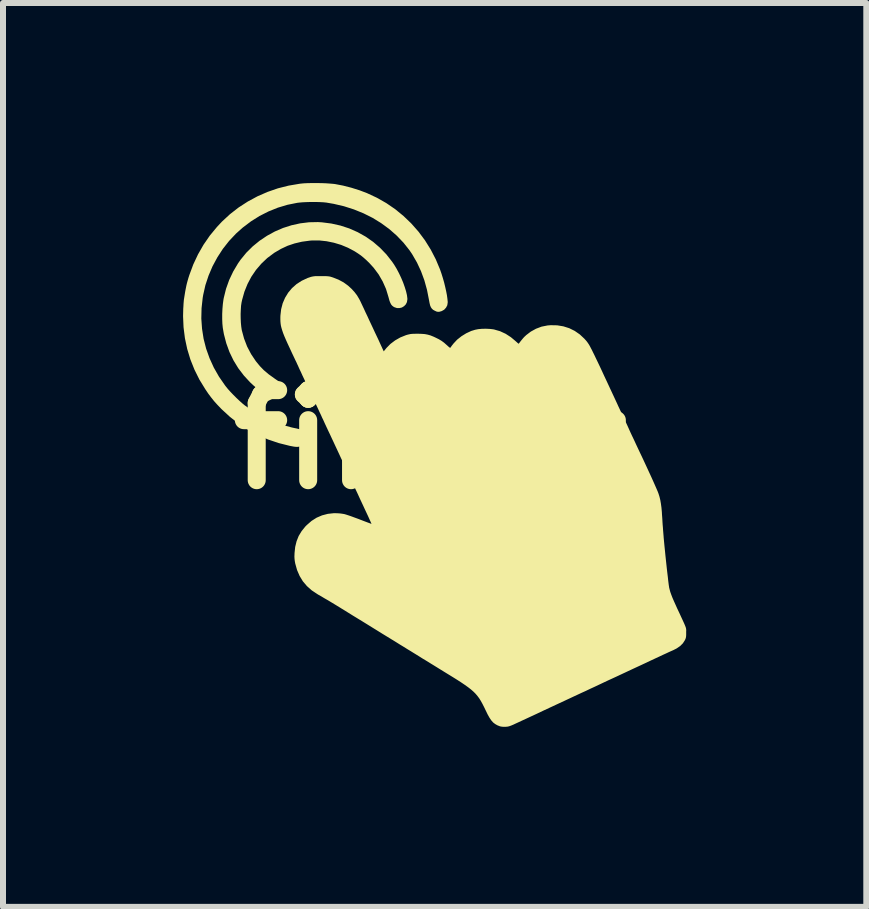
<source format=kicad_pcb>
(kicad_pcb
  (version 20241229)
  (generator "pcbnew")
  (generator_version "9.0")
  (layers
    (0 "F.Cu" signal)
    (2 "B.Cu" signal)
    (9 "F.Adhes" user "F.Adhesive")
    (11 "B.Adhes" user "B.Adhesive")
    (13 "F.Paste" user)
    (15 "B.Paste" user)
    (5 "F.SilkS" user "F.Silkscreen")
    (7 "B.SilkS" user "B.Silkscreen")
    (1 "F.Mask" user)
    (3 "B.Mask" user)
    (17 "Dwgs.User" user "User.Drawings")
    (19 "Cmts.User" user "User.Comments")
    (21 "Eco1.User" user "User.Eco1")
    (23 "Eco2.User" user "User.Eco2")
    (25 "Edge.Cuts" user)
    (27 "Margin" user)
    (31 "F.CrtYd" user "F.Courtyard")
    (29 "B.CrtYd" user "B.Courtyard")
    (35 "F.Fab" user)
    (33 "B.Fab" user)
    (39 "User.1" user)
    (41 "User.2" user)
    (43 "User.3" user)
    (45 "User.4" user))
  (footprint "finger"
    (layer "F.Cu")
    (at 4.12 4.272)
    (property "Reference" "finger" (at 0 0 0) (layer "F.SilkS") (effects (font (size 1.5 1.5) (thickness 0.3))))
    (attr board_only exclude_from_pos_files exclude_from_bom)
    (fp_poly (pts (xy -1.807 -3.618) (xy -1.65 -3.598) (xy -1.498 -3.564) (xy -1.351 -3.516) (xy -1.211 -3.454) (xy -1.079 -3.38) (xy -0.954 -3.293) (xy -0.839 -3.194) (xy -0.733 -3.084) (xy -0.638 -2.963) (xy -0.603 -2.912) (xy -0.562 -2.844) (xy -0.523 -2.77) (xy -0.487 -2.694) (xy -0.454 -2.616) (xy -0.427 -2.54) (xy -0.405 -2.469) (xy -0.39 -2.405) (xy -0.383 -2.35) (xy -0.383 -2.334) (xy -0.39 -2.289) (xy -0.409 -2.251) (xy -0.438 -2.221) (xy -0.474 -2.199) (xy -0.515 -2.189) (xy -0.558 -2.19) (xy -0.6 -2.204) (xy -0.617 -2.214) (xy -0.637 -2.23) (xy -0.653 -2.249) (xy -0.667 -2.276) (xy -0.681 -2.311) (xy -0.694 -2.359) (xy -0.699 -2.377) (xy -0.739 -2.508) (xy -0.794 -2.632) (xy -0.862 -2.75) (xy -0.944 -2.86) (xy -1.014 -2.937) (xy -1.065 -2.987) (xy -1.111 -3.028) (xy -1.156 -3.065) (xy -1.205 -3.099) (xy -1.261 -3.135) (xy -1.265 -3.137) (xy -1.372 -3.194) (xy -1.487 -3.242) (xy -1.607 -3.278) (xy -1.729 -3.303) (xy -1.85 -3.316) (xy -1.968 -3.316) (xy -2.006 -3.313) (xy -2.14 -3.295) (xy -2.263 -3.266) (xy -2.379 -3.227) (xy -2.49 -3.175) (xy -2.599 -3.111) (xy -2.607 -3.105) (xy -2.717 -3.023) (xy -2.816 -2.929) (xy -2.905 -2.825) (xy -2.982 -2.712) (xy -3.046 -2.591) (xy -3.098 -2.462) (xy -3.136 -2.327) (xy -3.146 -2.281) (xy -3.154 -2.227) (xy -3.158 -2.162) (xy -3.161 -2.091) (xy -3.16 -2.018) (xy -3.157 -1.947) (xy -3.151 -1.882) (xy -3.143 -1.828) (xy -3.142 -1.822) (xy -3.104 -1.682) (xy -3.053 -1.549) (xy -2.987 -1.423) (xy -2.908 -1.305) (xy -2.841 -1.223) (xy -2.775 -1.155) (xy -2.696 -1.088) (xy -2.603 -1.021) (xy -2.582 -1.006) (xy -2.536 -0.975) (xy -2.502 -0.949) (xy -2.479 -0.926) (xy -2.463 -0.904) (xy -2.454 -0.881) (xy -2.449 -0.854) (xy -2.448 -0.846) (xy -2.447 -0.816) (xy -2.451 -0.793) (xy -2.462 -0.768) (xy -2.463 -0.766) (xy -2.49 -0.731) (xy -2.525 -0.704) (xy -2.565 -0.688) (xy -2.607 -0.683) (xy -2.642 -0.69) (xy -2.681 -0.708) (xy -2.728 -0.735) (xy -2.781 -0.77) (xy -2.836 -0.81) (xy -2.893 -0.855) (xy -2.948 -0.901) (xy -2.998 -0.948) (xy -2.999 -0.948) (xy -3.106 -1.064) (xy -3.2 -1.187) (xy -3.28 -1.318) (xy -3.347 -1.457) (xy -3.4 -1.603) (xy -3.44 -1.756) (xy -3.458 -1.859) (xy -3.465 -1.928) (xy -3.468 -2.006) (xy -3.468 -2.091) (xy -3.464 -2.176) (xy -3.457 -2.258) (xy -3.447 -2.331) (xy -3.442 -2.358) (xy -3.404 -2.511) (xy -3.351 -2.659) (xy -3.284 -2.8) (xy -3.205 -2.933) (xy -3.161 -2.996) (xy -3.066 -3.112) (xy -2.96 -3.217) (xy -2.845 -3.311) (xy -2.721 -3.394) (xy -2.591 -3.465) (xy -2.454 -3.524) (xy -2.313 -3.569) (xy -2.168 -3.601) (xy -2.021 -3.619) (xy -1.873 -3.622)) (stroke (width 0) (type solid)) (fill yes) (layer "F.SilkS"))
    (fp_poly (pts (xy -1.888 -4.272) (xy -1.81 -4.271) (xy -1.735 -4.268) (xy -1.666 -4.263) (xy -1.608 -4.258) (xy -1.586 -4.255) (xy -1.455 -4.23) (xy -1.318 -4.195) (xy -1.181 -4.152) (xy -1.057 -4.105) (xy -0.892 -4.028) (xy -0.735 -3.939) (xy -0.586 -3.837) (xy -0.447 -3.723) (xy -0.317 -3.598) (xy -0.198 -3.463) (xy -0.09 -3.318) (xy 0.006 -3.164) (xy 0.09 -3.002) (xy 0.161 -2.833) (xy 0.186 -2.761) (xy 0.208 -2.69) (xy 0.229 -2.617) (xy 0.247 -2.543) (xy 0.263 -2.471) (xy 0.276 -2.404) (xy 0.284 -2.345) (xy 0.289 -2.296) (xy 0.289 -2.282) (xy 0.282 -2.236) (xy 0.261 -2.196) (xy 0.23 -2.162) (xy 0.189 -2.139) (xy 0.151 -2.128) (xy 0.128 -2.127) (xy 0.107 -2.13) (xy 0.082 -2.141) (xy 0.072 -2.146) (xy 0.045 -2.161) (xy 0.025 -2.18) (xy 0.009 -2.203) (xy -0.004 -2.234) (xy -0.014 -2.276) (xy -0.024 -2.33) (xy -0.056 -2.493) (xy -0.1 -2.652) (xy -0.156 -2.804) (xy -0.223 -2.948) (xy -0.301 -3.083) (xy -0.348 -3.153) (xy -0.448 -3.279) (xy -0.561 -3.397) (xy -0.684 -3.505) (xy -0.819 -3.604) (xy -0.962 -3.692) (xy -1.114 -3.768) (xy -1.274 -3.833) (xy -1.44 -3.886) (xy -1.611 -3.926) (xy -1.734 -3.947) (xy -1.784 -3.952) (xy -1.845 -3.955) (xy -1.914 -3.957) (xy -1.986 -3.957) (xy -2.057 -3.955) (xy -2.124 -3.952) (xy -2.182 -3.947) (xy -2.217 -3.943) (xy -2.381 -3.91) (xy -2.541 -3.862) (xy -2.697 -3.799) (xy -2.847 -3.723) (xy -2.99 -3.633) (xy -3.126 -3.53) (xy -3.237 -3.431) (xy -3.353 -3.308) (xy -3.457 -3.176) (xy -3.549 -3.034) (xy -3.629 -2.886) (xy -3.695 -2.731) (xy -3.748 -2.571) (xy -3.785 -2.407) (xy -3.793 -2.36) (xy -3.812 -2.187) (xy -3.816 -2.015) (xy -3.804 -1.845) (xy -3.778 -1.678) (xy -3.736 -1.514) (xy -3.679 -1.354) (xy -3.608 -1.198) (xy -3.522 -1.047) (xy -3.421 -0.901) (xy -3.407 -0.883) (xy -3.374 -0.842) (xy -3.331 -0.794) (xy -3.282 -0.743) (xy -3.231 -0.692) (xy -3.179 -0.643) (xy -3.131 -0.6) (xy -3.093 -0.569) (xy -2.95 -0.467) (xy -2.799 -0.379) (xy -2.641 -0.305) (xy -2.477 -0.245) (xy -2.308 -0.2) (xy -2.267 -0.191) (xy -2.228 -0.183) (xy -2.191 -0.174) (xy -2.161 -0.166) (xy -2.144 -0.159) (xy -2.113 -0.136) (xy -2.089 -0.103) (xy -2.075 -0.064) (xy -2.071 -0.022) (xy -2.078 0.019) (xy -2.084 0.036) (xy -2.111 0.076) (xy -2.146 0.103) (xy -2.166 0.113) (xy -2.187 0.12) (xy -2.21 0.123) (xy -2.238 0.123) (xy -2.274 0.119) (xy -2.321 0.11) (xy -2.342 0.106) (xy -2.526 0.06) (xy -2.704 -0.000109) (xy -2.874 -0.074) (xy -3.036 -0.161) (xy -3.191 -0.261) (xy -3.337 -0.375) (xy -3.475 -0.502) (xy -3.49 -0.517) (xy -3.551 -0.581) (xy -3.604 -0.64) (xy -3.652 -0.7) (xy -3.7 -0.764) (xy -3.75 -0.838) (xy -3.848 -0.998) (xy -3.93 -1.163) (xy -3.998 -1.333) (xy -4.051 -1.508) (xy -4.089 -1.686) (xy -4.112 -1.869) (xy -4.12 -2.054) (xy -4.117 -2.178) (xy -4.114 -2.223) (xy -4.112 -2.264) (xy -4.109 -2.299) (xy -4.107 -2.323) (xy -4.106 -2.331) (xy -4.094 -2.406) (xy -4.084 -2.467) (xy -4.074 -2.519) (xy -4.065 -2.564) (xy -4.055 -2.606) (xy -4.044 -2.646) (xy -4.032 -2.688) (xy -4.017 -2.735) (xy -4.015 -2.741) (xy -3.95 -2.916) (xy -3.871 -3.084) (xy -3.779 -3.245) (xy -3.674 -3.397) (xy -3.556 -3.54) (xy -3.473 -3.629) (xy -3.339 -3.753) (xy -3.195 -3.865) (xy -3.042 -3.964) (xy -2.881 -4.051) (xy -2.714 -4.124) (xy -2.541 -4.184) (xy -2.363 -4.229) (xy -2.181 -4.26) (xy -2.158 -4.263) (xy -2.104 -4.268) (xy -2.039 -4.271) (xy -1.965 -4.272)) (stroke (width 0) (type solid)) (fill yes) (layer "F.SilkS"))
    (fp_poly (pts (xy -1.82 -2.722) (xy -1.771 -2.722) (xy -1.734 -2.721) (xy -1.706 -2.719) (xy -1.682 -2.716) (xy -1.66 -2.711) (xy -1.636 -2.703) (xy -1.625 -2.7) (xy -1.531 -2.663) (xy -1.447 -2.618) (xy -1.371 -2.563) (xy -1.312 -2.509) (xy -1.262 -2.454) (xy -1.221 -2.4) (xy -1.185 -2.339) (xy -1.169 -2.309) (xy -1.161 -2.292) (xy -1.147 -2.262) (xy -1.128 -2.222) (xy -1.105 -2.173) (xy -1.079 -2.116) (xy -1.049 -2.054) (xy -1.019 -1.988) (xy -0.987 -1.92) (xy -0.955 -1.852) (xy -0.924 -1.785) (xy -0.894 -1.722) (xy -0.866 -1.663) (xy -0.842 -1.61) (xy -0.822 -1.566) (xy -0.806 -1.532) (xy -0.796 -1.509) (xy -0.794 -1.506) (xy -0.777 -1.468) (xy -0.731 -1.525) (xy -0.665 -1.592) (xy -0.587 -1.651) (xy -0.501 -1.7) (xy -0.409 -1.737) (xy -0.387 -1.744) (xy -0.358 -1.751) (xy -0.33 -1.757) (xy -0.299 -1.76) (xy -0.262 -1.761) (xy -0.213 -1.762) (xy -0.211 -1.762) (xy -0.147 -1.76) (xy -0.093 -1.756) (xy -0.045 -1.747) (xy 0.001 -1.734) (xy 0.051 -1.714) (xy 0.083 -1.699) (xy 0.14 -1.671) (xy 0.187 -1.643) (xy 0.229 -1.612) (xy 0.272 -1.574) (xy 0.28 -1.567) (xy 0.304 -1.545) (xy 0.32 -1.532) (xy 0.329 -1.528) (xy 0.335 -1.53) (xy 0.337 -1.533) (xy 0.345 -1.545) (xy 0.36 -1.566) (xy 0.38 -1.591) (xy 0.386 -1.599) (xy 0.446 -1.663) (xy 0.518 -1.72) (xy 0.597 -1.769) (xy 0.681 -1.808) (xy 0.746 -1.828) (xy 0.798 -1.838) (xy 0.86 -1.844) (xy 0.926 -1.845) (xy 0.991 -1.842) (xy 1.05 -1.835) (xy 1.064 -1.832) (xy 1.161 -1.804) (xy 1.254 -1.761) (xy 1.342 -1.704) (xy 1.41 -1.647) (xy 1.435 -1.625) (xy 1.455 -1.607) (xy 1.468 -1.597) (xy 1.472 -1.595) (xy 1.503 -1.636) (xy 1.529 -1.668) (xy 1.55 -1.693) (xy 1.57 -1.714) (xy 1.591 -1.733) (xy 1.593 -1.736) (xy 1.673 -1.797) (xy 1.76 -1.845) (xy 1.853 -1.88) (xy 1.953 -1.9) (xy 2.006 -1.904) (xy 2.113 -1.902) (xy 2.216 -1.885) (xy 2.314 -1.854) (xy 2.405 -1.809) (xy 2.49 -1.75) (xy 2.567 -1.678) (xy 2.571 -1.673) (xy 2.583 -1.66) (xy 2.593 -1.649) (xy 2.603 -1.637) (xy 2.613 -1.624) (xy 2.623 -1.61) (xy 2.634 -1.594) (xy 2.646 -1.575) (xy 2.659 -1.552) (xy 2.673 -1.525) (xy 2.69 -1.493) (xy 2.709 -1.454) (xy 2.731 -1.41) (xy 2.756 -1.357) (xy 2.785 -1.297) (xy 2.818 -1.228) (xy 2.855 -1.149) (xy 2.896 -1.06) (xy 2.943 -0.96) (xy 2.995 -0.848) (xy 3.053 -0.724) (xy 3.117 -0.586) (xy 3.129 -0.559) (xy 3.154 -0.506) (xy 3.179 -0.452) (xy 3.203 -0.401) (xy 3.224 -0.355) (xy 3.241 -0.32) (xy 3.243 -0.316) (xy 3.264 -0.272) (xy 3.287 -0.222) (xy 3.309 -0.173) (xy 3.32 -0.148) (xy 3.336 -0.113) (xy 3.357 -0.068) (xy 3.381 -0.018) (xy 3.405 0.033) (xy 3.42 0.066) (xy 3.482 0.198) (xy 3.54 0.32) (xy 3.592 0.432) (xy 3.639 0.534) (xy 3.681 0.625) (xy 3.717 0.705) (xy 3.747 0.773) (xy 3.771 0.828) (xy 3.789 0.87) (xy 3.8 0.899) (xy 3.801 0.902) (xy 3.818 0.956) (xy 3.831 1.01) (xy 3.841 1.068) (xy 3.85 1.134) (xy 3.857 1.21) (xy 3.859 1.25) (xy 3.864 1.316) (xy 3.867 1.371) (xy 3.87 1.418) (xy 3.874 1.462) (xy 3.877 1.507) (xy 3.881 1.557) (xy 3.886 1.617) (xy 3.887 1.633) (xy 3.891 1.676) (xy 3.896 1.729) (xy 3.902 1.791) (xy 3.909 1.858) (xy 3.916 1.93) (xy 3.924 2.005) (xy 3.932 2.08) (xy 3.94 2.153) (xy 3.948 2.223) (xy 3.956 2.288) (xy 3.962 2.346) (xy 3.968 2.394) (xy 3.973 2.432) (xy 3.977 2.456) (xy 3.977 2.461) (xy 3.986 2.498) (xy 3.997 2.539) (xy 4.013 2.584) (xy 4.033 2.636) (xy 4.059 2.696) (xy 4.091 2.767) (xy 4.111 2.812) (xy 4.147 2.888) (xy 4.176 2.951) (xy 4.2 3.003) (xy 4.219 3.044) (xy 4.234 3.078) (xy 4.245 3.104) (xy 4.253 3.125) (xy 4.258 3.141) (xy 4.261 3.156) (xy 4.262 3.168) (xy 4.263 3.182) (xy 4.262 3.196) (xy 4.262 3.214) (xy 4.262 3.219) (xy 4.262 3.258) (xy 4.26 3.285) (xy 4.256 3.307) (xy 4.249 3.326) (xy 4.24 3.345) (xy 4.207 3.396) (xy 4.162 3.441) (xy 4.102 3.482) (xy 4.047 3.51) (xy 4.017 3.523) (xy 3.977 3.541) (xy 3.928 3.564) (xy 3.873 3.589) (xy 3.816 3.616) (xy 3.762 3.641) (xy 3.672 3.683) (xy 3.585 3.724) (xy 3.502 3.763) (xy 3.424 3.799) (xy 3.353 3.832) (xy 3.291 3.861) (xy 3.238 3.886) (xy 3.197 3.905) (xy 3.168 3.919) (xy 3.164 3.92) (xy 3.146 3.929) (xy 3.116 3.943) (xy 3.075 3.962) (xy 3.025 3.985) (xy 2.968 4.011) (xy 2.906 4.04) (xy 2.841 4.071) (xy 2.809 4.086) (xy 2.737 4.12) (xy 2.663 4.154) (xy 2.59 4.189) (xy 2.519 4.221) (xy 2.455 4.251) (xy 2.399 4.277) (xy 2.354 4.298) (xy 2.348 4.301) (xy 2.294 4.326) (xy 2.23 4.356) (xy 2.161 4.388) (xy 2.092 4.42) (xy 2.028 4.45) (xy 2.004 4.461) (xy 1.886 4.516) (xy 1.779 4.567) (xy 1.682 4.612) (xy 1.596 4.652) (xy 1.522 4.686) (xy 1.46 4.715) (xy 1.412 4.737) (xy 1.387 4.749) (xy 1.349 4.765) (xy 1.319 4.776) (xy 1.293 4.783) (xy 1.266 4.786) (xy 1.25 4.787) (xy 1.212 4.787) (xy 1.178 4.783) (xy 1.16 4.779) (xy 1.117 4.762) (xy 1.08 4.741) (xy 1.046 4.715) (xy 1.016 4.681) (xy 0.986 4.637) (xy 0.955 4.582) (xy 0.922 4.514) (xy 0.894 4.456) (xy 0.867 4.403) (xy 0.841 4.356) (xy 0.815 4.314) (xy 0.786 4.275) (xy 0.754 4.237) (xy 0.718 4.201) (xy 0.677 4.165) (xy 0.628 4.127) (xy 0.572 4.087) (xy 0.507 4.043) (xy 0.432 3.995) (xy 0.345 3.941) (xy 0.27 3.895) (xy 0.213 3.86) (xy 0.153 3.823) (xy 0.095 3.787) (xy 0.04 3.753) (xy -0.008 3.724) (xy -0.035 3.707) (xy -0.077 3.681) (xy -0.129 3.65) (xy -0.186 3.614) (xy -0.244 3.578) (xy -0.301 3.543) (xy -0.32 3.531) (xy -0.378 3.496) (xy -0.442 3.456) (xy -0.508 3.416) (xy -0.57 3.377) (xy -0.625 3.343) (xy -0.637 3.336) (xy -0.712 3.29) (xy -0.794 3.24) (xy -0.879 3.187) (xy -0.965 3.134) (xy -1.052 3.08) (xy -1.138 3.027) (xy -1.22 2.977) (xy -1.297 2.93) (xy -1.366 2.887) (xy -1.427 2.849) (xy -1.478 2.818) (xy -1.5 2.804) (xy -1.549 2.774) (xy -1.6 2.743) (xy -1.648 2.714) (xy -1.691 2.688) (xy -1.725 2.668) (xy -1.727 2.667) (xy -1.769 2.643) (xy -1.815 2.615) (xy -1.86 2.59) (xy -1.883 2.576) (xy -1.976 2.514) (xy -2.056 2.443) (xy -2.124 2.363) (xy -2.178 2.274) (xy -2.221 2.175) (xy -2.251 2.067) (xy -2.252 2.063) (xy -2.259 2.023) (xy -2.263 1.988) (xy -2.265 1.95) (xy -2.263 1.904) (xy -2.263 1.895) (xy -2.252 1.79) (xy -2.229 1.696) (xy -2.194 1.608) (xy -2.145 1.527) (xy -2.083 1.45) (xy -2.059 1.426) (xy -1.98 1.357) (xy -1.895 1.303) (xy -1.804 1.264) (xy -1.708 1.239) (xy -1.607 1.228) (xy -1.551 1.229) (xy -1.519 1.231) (xy -1.49 1.234) (xy -1.462 1.238) (xy -1.433 1.243) (xy -1.402 1.252) (xy -1.365 1.264) (xy -1.321 1.279) (xy -1.267 1.299) (xy -1.201 1.323) (xy -1.178 1.332) (xy -1.126 1.352) (xy -1.079 1.37) (xy -1.039 1.385) (xy -1.009 1.396) (xy -0.988 1.404) (xy -0.981 1.406) (xy -0.983 1.4) (xy -0.991 1.381) (xy -1.004 1.353) (xy -1.02 1.317) (xy -1.039 1.275) (xy -1.085 1.177) (xy -1.13 1.08) (xy -1.174 0.986) (xy -1.215 0.896) (xy -1.255 0.812) (xy -1.291 0.735) (xy -1.323 0.666) (xy -1.351 0.606) (xy -1.374 0.557) (xy -1.391 0.52) (xy -1.399 0.504) (xy -1.416 0.467) (xy -1.432 0.432) (xy -1.446 0.404) (xy -1.453 0.387) (xy -1.459 0.373) (xy -1.471 0.347) (xy -1.489 0.31) (xy -1.51 0.264) (xy -1.535 0.21) (xy -1.563 0.15) (xy -1.593 0.086) (xy -1.609 0.051) (xy -1.642 -0.019) (xy -1.674 -0.088) (xy -1.706 -0.155) (xy -1.735 -0.217) (xy -1.761 -0.273) (xy -1.782 -0.32) (xy -1.799 -0.355) (xy -1.803 -0.363) (xy -1.821 -0.404) (xy -1.845 -0.454) (xy -1.871 -0.511) (xy -1.899 -0.57) (xy -1.926 -0.628) (xy -1.934 -0.645) (xy -1.982 -0.748) (xy -2.027 -0.844) (xy -2.067 -0.93) (xy -2.102 -1.005) (xy -2.133 -1.07) (xy -2.157 -1.124) (xy -2.177 -1.165) (xy -2.19 -1.194) (xy -2.196 -1.207) (xy -2.204 -1.226) (xy -2.218 -1.255) (xy -2.234 -1.291) (xy -2.253 -1.329) (xy -2.254 -1.332) (xy -2.302 -1.433) (xy -2.343 -1.522) (xy -2.379 -1.599) (xy -2.409 -1.666) (xy -2.434 -1.724) (xy -2.454 -1.775) (xy -2.469 -1.82) (xy -2.481 -1.86) (xy -2.49 -1.897) (xy -2.495 -1.932) (xy -2.498 -1.967) (xy -2.499 -2.002) (xy -2.499 -2.039) (xy -2.498 -2.064) (xy -2.486 -2.17) (xy -2.46 -2.27) (xy -2.42 -2.362) (xy -2.368 -2.447) (xy -2.304 -2.523) (xy -2.228 -2.59) (xy -2.142 -2.645) (xy -2.046 -2.69) (xy -2.016 -2.7) (xy -1.99 -2.709) (xy -1.968 -2.714) (xy -1.945 -2.718) (xy -1.92 -2.721) (xy -1.887 -2.722) (xy -1.844 -2.722)) (stroke (width 0) (type solid)) (fill yes) (layer "F.SilkS")))
  (gr_rect
    (start -3 -3)
    (end 11.383 12.059)
    (stroke (width 0.1) (type default))
    (fill no)
    (layer "Edge.Cuts")))
</source>
